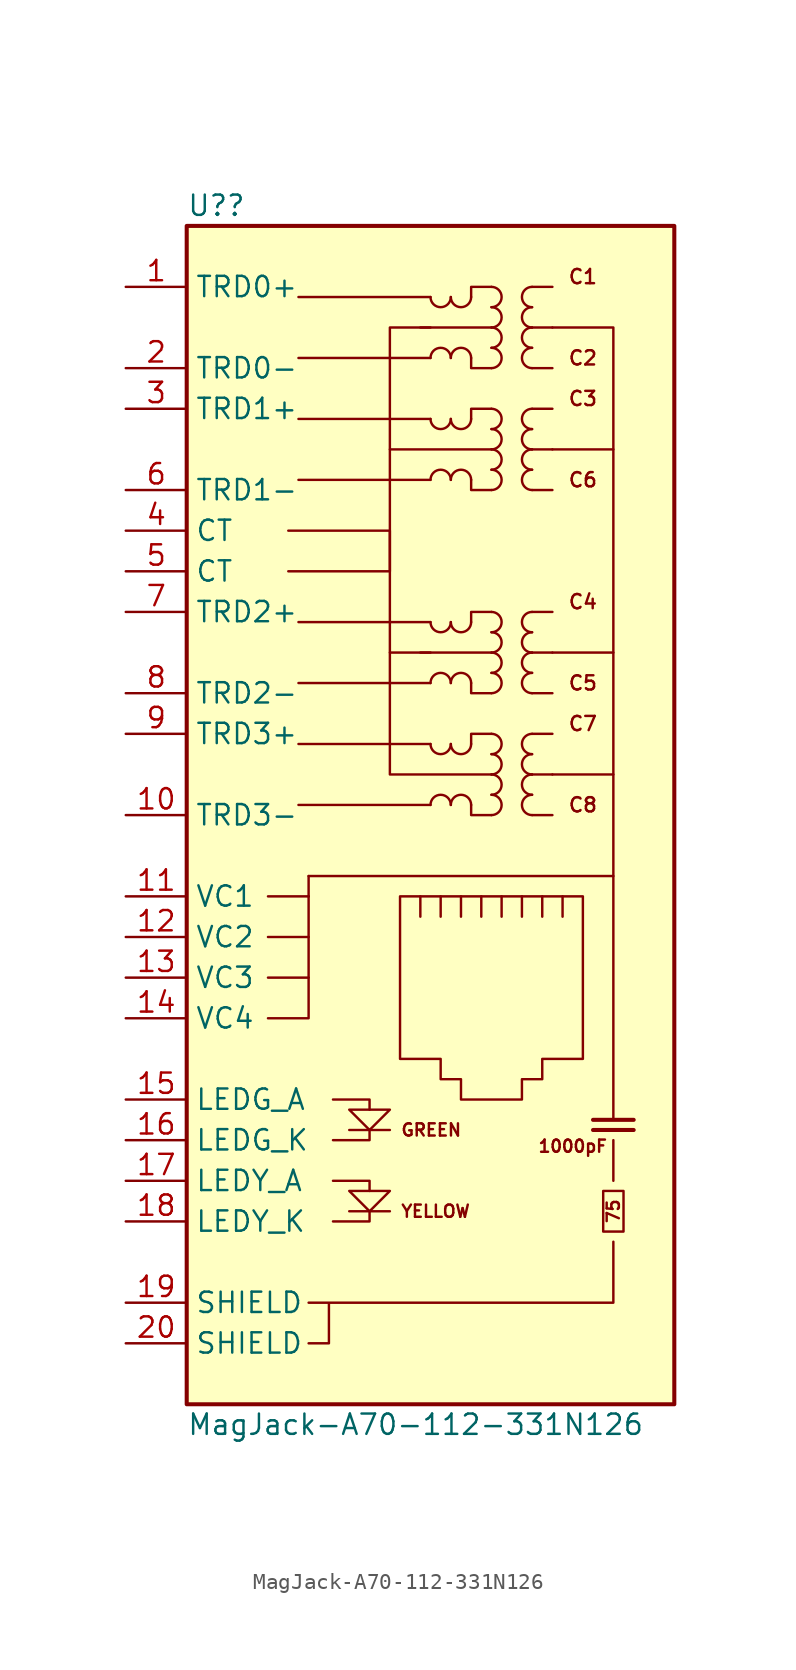
<source format=kicad_sym>
(kicad_symbol_lib
  (version 20211014)
  (generator kicad_symbol_editor)
  (symbol "MagJack-A70-112-331N126"
    (property "Reference" "U?"
      (at -17.78 76.2 0)
      (effects (font (size 1.27 1.27)) (justify left)))
    (property "Value" "MagJack-A70-112-331N126"
      (at -17.78 0 0)
      (effects (font (size 1.27 1.27)) (justify left)))
    (symbol "MagJack-A70-112-331N126_0_1"
      (polyline (pts (xy 1.27 40.64) (xy -5.08 40.64) (xy -5.08 48.26) (xy -2.54 48.26) (xy -5.08 48.26)) (stroke (width 0) (type default) (color 0 0 0 0)) (fill (type none)))
      (polyline (pts (xy 1.27 60.96) (xy -5.08 60.96) (xy -5.08 68.58) (xy -2.54 68.58) (xy -5.08 68.58)) (stroke (width 0) (type default) (color 0 0 0 0)) (fill (type none))))
    (symbol "MagJack-A70-112-331N126_1_1"
      (rectangle (start -17.78 1.27) (end 12.7 74.93) (stroke (width 0.254) (type default) (color 0 0 0 0)) (fill (type background)))
      (arc (start -2.54 42.545) (mid -1.905 41.91) (end -1.27 42.545) (stroke (width 0) (type default) (color 0 0 0 0)) (fill (type none)))
      (arc (start -2.54 50.165) (mid -1.905 49.53) (end -1.27 50.165) (stroke (width 0) (type default) (color 0 0 0 0)) (fill (type none)))
      (arc (start -2.54 62.865) (mid -1.905 62.23) (end -1.27 62.865) (stroke (width 0) (type default) (color 0 0 0 0)) (fill (type none)))
      (arc (start -2.54 70.485) (mid -1.905 69.85) (end -1.27 70.485) (stroke (width 0) (type default) (color 0 0 0 0)) (fill (type none)))
      (arc (start -1.27 38.735) (mid -1.905 39.37) (end -2.54 38.735) (stroke (width 0) (type default) (color 0 0 0 0)) (fill (type none)))
      (arc (start -1.27 42.545) (mid -0.635 41.91) (end 0 42.545) (stroke (width 0) (type default) (color 0 0 0 0)) (fill (type none)))
      (arc (start -1.27 46.355) (mid -1.905 46.99) (end -2.54 46.355) (stroke (width 0) (type default) (color 0 0 0 0)) (fill (type none)))
      (arc (start -1.27 50.165) (mid -0.635 49.53) (end 0 50.165) (stroke (width 0) (type default) (color 0 0 0 0)) (fill (type none)))
      (arc (start -1.27 59.055) (mid -1.905 59.69) (end -2.54 59.055) (stroke (width 0) (type default) (color 0 0 0 0)) (fill (type none)))
      (arc (start -1.27 62.865) (mid -0.635 62.23) (end 0 62.865) (stroke (width 0) (type default) (color 0 0 0 0)) (fill (type none)))
      (arc (start -1.27 66.675) (mid -1.905 67.31) (end -2.54 66.675) (stroke (width 0) (type default) (color 0 0 0 0)) (fill (type none)))
      (arc (start -1.27 70.485) (mid -0.635 69.85) (end 0 70.485) (stroke (width 0) (type default) (color 0 0 0 0)) (fill (type none)))
      (polyline (pts (xy -12.7 27.94) (xy -10.16 27.94)) (stroke (width 0) (type default) (color 0 0 0 0)) (fill (type none)))
      (polyline (pts (xy -12.7 30.48) (xy -10.16 30.48)) (stroke (width 0) (type default) (color 0 0 0 0)) (fill (type none)))
      (polyline (pts (xy -12.7 33.02) (xy -10.16 33.02)) (stroke (width 0) (type default) (color 0 0 0 0)) (fill (type none)))
      (polyline (pts (xy -10.16 33.02) (xy -10.16 34.29)) (stroke (width 0) (type default) (color 0 0 0 0)) (fill (type none)))
      (polyline (pts (xy -5.08 13.335) (xy -7.62 13.335)) (stroke (width 0) (type default) (color 0 0 0 0)) (fill (type none)))
      (polyline (pts (xy -5.08 18.415) (xy -7.62 18.415)) (stroke (width 0) (type default) (color 0 0 0 0)) (fill (type none)))
      (polyline (pts (xy -5.08 48.26) (xy -5.08 60.96)) (stroke (width 0) (type default) (color 0 0 0 0)) (fill (type none)))
      (polyline (pts (xy -3.175 31.75) (xy -3.175 33.02)) (stroke (width 0) (type default) (color 0 0 0 0)) (fill (type none)))
      (polyline (pts (xy -3.175 48.26) (xy 1.27 48.26)) (stroke (width 0) (type default) (color 0 0 0 0)) (fill (type none)))
      (polyline (pts (xy -3.175 68.58) (xy 1.27 68.58)) (stroke (width 0) (type default) (color 0 0 0 0)) (fill (type none)))
      (polyline (pts (xy -2.54 38.735) (xy -10.795 38.735)) (stroke (width 0) (type default) (color 0 0 0 0)) (fill (type none)))
      (polyline (pts (xy -2.54 42.545) (xy -10.795 42.545)) (stroke (width 0) (type default) (color 0 0 0 0)) (fill (type none)))
      (polyline (pts (xy -2.54 46.355) (xy -10.795 46.355)) (stroke (width 0) (type default) (color 0 0 0 0)) (fill (type none)))
      (polyline (pts (xy -2.54 50.165) (xy -10.795 50.165)) (stroke (width 0) (type default) (color 0 0 0 0)) (fill (type none)))
      (polyline (pts (xy -2.54 59.055) (xy -10.795 59.055)) (stroke (width 0) (type default) (color 0 0 0 0)) (fill (type none)))
      (polyline (pts (xy -2.54 62.865) (xy -10.795 62.865)) (stroke (width 0) (type default) (color 0 0 0 0)) (fill (type none)))
      (polyline (pts (xy -2.54 66.675) (xy -10.795 66.675)) (stroke (width 0) (type default) (color 0 0 0 0)) (fill (type none)))
      (polyline (pts (xy -2.54 70.485) (xy -10.795 70.485)) (stroke (width 0) (type default) (color 0 0 0 0)) (fill (type none)))
      (polyline (pts (xy -1.905 33.02) (xy -1.905 31.75)) (stroke (width 0) (type default) (color 0 0 0 0)) (fill (type none)))
      (polyline (pts (xy -0.635 33.02) (xy -0.635 31.75)) (stroke (width 0) (type default) (color 0 0 0 0)) (fill (type none)))
      (polyline (pts (xy 0.635 33.02) (xy 0.635 31.75)) (stroke (width 0) (type default) (color 0 0 0 0)) (fill (type none)))
      (polyline (pts (xy 1.905 33.02) (xy 1.905 31.75)) (stroke (width 0) (type default) (color 0 0 0 0)) (fill (type none)))
      (polyline (pts (xy 3.175 33.02) (xy 3.175 31.75)) (stroke (width 0) (type default) (color 0 0 0 0)) (fill (type none)))
      (polyline (pts (xy 3.81 38.1) (xy 5.08 38.1)) (stroke (width 0) (type default) (color 0 0 0 0)) (fill (type none)))
      (polyline (pts (xy 3.81 40.64) (xy 5.08 40.64)) (stroke (width 0) (type default) (color 0 0 0 0)) (fill (type none)))
      (polyline (pts (xy 3.81 43.18) (xy 5.08 43.18)) (stroke (width 0) (type default) (color 0 0 0 0)) (fill (type none)))
      (polyline (pts (xy 3.81 45.72) (xy 5.08 45.72)) (stroke (width 0) (type default) (color 0 0 0 0)) (fill (type none)))
      (polyline (pts (xy 3.81 48.26) (xy 5.08 48.26)) (stroke (width 0) (type default) (color 0 0 0 0)) (fill (type none)))
      (polyline (pts (xy 3.81 50.8) (xy 5.08 50.8)) (stroke (width 0) (type default) (color 0 0 0 0)) (fill (type none)))
      (polyline (pts (xy 3.81 58.42) (xy 5.08 58.42)) (stroke (width 0) (type default) (color 0 0 0 0)) (fill (type none)))
      (polyline (pts (xy 3.81 60.96) (xy 5.08 60.96)) (stroke (width 0) (type default) (color 0 0 0 0)) (fill (type none)))
      (polyline (pts (xy 3.81 63.5) (xy 5.08 63.5)) (stroke (width 0) (type default) (color 0 0 0 0)) (fill (type none)))
      (polyline (pts (xy 3.81 66.04) (xy 5.08 66.04)) (stroke (width 0) (type default) (color 0 0 0 0)) (fill (type none)))
      (polyline (pts (xy 3.81 68.58) (xy 5.08 68.58)) (stroke (width 0) (type default) (color 0 0 0 0)) (fill (type none)))
      (polyline (pts (xy 3.81 71.12) (xy 5.08 71.12)) (stroke (width 0) (type default) (color 0 0 0 0)) (fill (type none)))
      (polyline (pts (xy 4.445 31.75) (xy 4.445 33.02)) (stroke (width 0) (type default) (color 0 0 0 0)) (fill (type none)))
      (polyline (pts (xy 5.08 40.64) (xy 8.89 40.64)) (stroke (width 0) (type default) (color 0 0 0 0)) (fill (type none)))
      (polyline (pts (xy 5.08 48.26) (xy 8.89 48.26)) (stroke (width 0) (type default) (color 0 0 0 0)) (fill (type none)))
      (polyline (pts (xy 5.08 60.96) (xy 8.89 60.96)) (stroke (width 0) (type default) (color 0 0 0 0)) (fill (type none)))
      (polyline (pts (xy 5.715 31.75) (xy 5.715 33.02)) (stroke (width 0) (type default) (color 0 0 0 0)) (fill (type none)))
      (polyline (pts (xy 7.62 18.415) (xy 10.16 18.415)) (stroke (width 0.254) (type default) (color 0 0 0 0)) (fill (type none)))
      (polyline (pts (xy 7.62 19.05) (xy 10.16 19.05)) (stroke (width 0.254) (type default) (color 0 0 0 0)) (fill (type none)))
      (polyline (pts (xy 8.89 15.24) (xy 8.89 17.78)) (stroke (width 0) (type default) (color 0 0 0 0)) (fill (type none)))
      (polyline (pts (xy 8.89 19.05) (xy 8.89 34.29)) (stroke (width 0) (type default) (color 0 0 0 0)) (fill (type none)))
      (polyline (pts (xy -10.16 33.02) (xy -10.16 25.4) (xy -12.7 25.4)) (stroke (width 0) (type default) (color 0 0 0 0)) (fill (type none)))
      (polyline (pts (xy -8.636 12.7) (xy -6.35 12.7) (xy -6.35 13.335)) (stroke (width 0) (type default) (color 0 0 0 0)) (fill (type none)))
      (polyline (pts (xy -8.636 15.24) (xy -6.35 15.24) (xy -6.35 14.605)) (stroke (width 0) (type default) (color 0 0 0 0)) (fill (type none)))
      (polyline (pts (xy -8.636 20.32) (xy -6.35 20.32) (xy -6.35 19.685)) (stroke (width 0) (type default) (color 0 0 0 0)) (fill (type none)))
      (polyline (pts (xy -6.35 18.415) (xy -6.35 17.78) (xy -8.636 17.78)) (stroke (width 0) (type default) (color 0 0 0 0)) (fill (type none)))
      (polyline (pts (xy 0 38.735) (xy 0 38.1) (xy 1.27 38.1)) (stroke (width 0) (type default) (color 0 0 0 0)) (fill (type none)))
      (polyline (pts (xy 0 46.355) (xy 0 45.72) (xy 1.27 45.72)) (stroke (width 0) (type default) (color 0 0 0 0)) (fill (type none)))
      (polyline (pts (xy 0 59.055) (xy 0 58.42) (xy 1.27 58.42)) (stroke (width 0) (type default) (color 0 0 0 0)) (fill (type none)))
      (polyline (pts (xy 0 66.675) (xy 0 66.04) (xy 1.27 66.04)) (stroke (width 0) (type default) (color 0 0 0 0)) (fill (type none)))
      (polyline (pts (xy 1.27 43.18) (xy 0 43.18) (xy 0 42.545)) (stroke (width 0) (type default) (color 0 0 0 0)) (fill (type none)))
      (polyline (pts (xy 1.27 50.8) (xy 0 50.8) (xy 0 50.165)) (stroke (width 0) (type default) (color 0 0 0 0)) (fill (type none)))
      (polyline (pts (xy 1.27 63.5) (xy 0 63.5) (xy 0 62.865)) (stroke (width 0) (type default) (color 0 0 0 0)) (fill (type none)))
      (polyline (pts (xy 1.27 71.12) (xy 0 71.12) (xy 0 70.485)) (stroke (width 0) (type default) (color 0 0 0 0)) (fill (type none)))
      (polyline (pts (xy -11.43 53.34) (xy -5.08 53.34) (xy -5.08 55.88) (xy -11.43 55.88)) (stroke (width 0) (type default) (color 0 0 0 0)) (fill (type none)))
      (polyline (pts (xy -10.16 34.29) (xy 8.89 34.29) (xy 8.89 68.58) (xy 5.08 68.58)) (stroke (width 0) (type default) (color 0 0 0 0)) (fill (type none)))
      (polyline (pts (xy -7.62 19.685) (xy -5.08 19.685) (xy -6.35 18.415) (xy -7.62 19.685)) (stroke (width 0) (type default) (color 0 0 0 0)) (fill (type none)))
      (polyline (pts (xy -5.08 14.605) (xy -7.62 14.605) (xy -6.35 13.335) (xy -5.08 14.605)) (stroke (width 0) (type default) (color 0 0 0 0)) (fill (type none)))
      (polyline (pts (xy -10.16 5.08) (xy -8.89 5.08) (xy -8.89 7.62) (xy -10.16 7.62) (xy -8.89 7.62) (xy 8.89 7.62) (xy 8.89 11.43)) (stroke (width 0) (type default) (color 0 0 0 0)) (fill (type none)))
      (polyline (pts (xy -4.445 33.02) (xy 6.985 33.02) (xy 6.985 22.86) (xy 4.445 22.86) (xy 4.445 21.59) (xy 3.175 21.59) (xy 3.175 20.32) (xy -0.635 20.32) (xy -0.635 21.59) (xy -1.905 21.59) (xy -1.905 22.86) (xy -4.445 22.86) (xy -4.445 33.02)) (stroke (width 0) (type default) (color 0 0 0 0)) (fill (type none)))
      (arc (start 0 38.735) (mid -0.635 39.37) (end -1.27 38.735) (stroke (width 0) (type default) (color 0 0 0 0)) (fill (type none)))
      (arc (start 0 46.355) (mid -0.635 46.99) (end -1.27 46.355) (stroke (width 0) (type default) (color 0 0 0 0)) (fill (type none)))
      (arc (start 0 59.055) (mid -0.635 59.69) (end -1.27 59.055) (stroke (width 0) (type default) (color 0 0 0 0)) (fill (type none)))
      (arc (start 0 66.675) (mid -0.635 67.31) (end -1.27 66.675) (stroke (width 0) (type default) (color 0 0 0 0)) (fill (type none)))
      (arc (start 1.27 38.1) (mid 1.905 38.735) (end 1.27 39.37) (stroke (width 0) (type default) (color 0 0 0 0)) (fill (type none)))
      (arc (start 1.27 39.37) (mid 1.905 40.005) (end 1.27 40.64) (stroke (width 0) (type default) (color 0 0 0 0)) (fill (type none)))
      (arc (start 1.27 40.64) (mid 1.905 41.275) (end 1.27 41.91) (stroke (width 0) (type default) (color 0 0 0 0)) (fill (type none)))
      (arc (start 1.27 41.91) (mid 1.905 42.545) (end 1.27 43.18) (stroke (width 0) (type default) (color 0 0 0 0)) (fill (type none)))
      (arc (start 1.27 45.72) (mid 1.905 46.355) (end 1.27 46.99) (stroke (width 0) (type default) (color 0 0 0 0)) (fill (type none)))
      (arc (start 1.27 46.99) (mid 1.905 47.625) (end 1.27 48.26) (stroke (width 0) (type default) (color 0 0 0 0)) (fill (type none)))
      (arc (start 1.27 48.26) (mid 1.905 48.895) (end 1.27 49.53) (stroke (width 0) (type default) (color 0 0 0 0)) (fill (type none)))
      (arc (start 1.27 49.53) (mid 1.905 50.165) (end 1.27 50.8) (stroke (width 0) (type default) (color 0 0 0 0)) (fill (type none)))
      (arc (start 1.27 58.42) (mid 1.905 59.055) (end 1.27 59.69) (stroke (width 0) (type default) (color 0 0 0 0)) (fill (type none)))
      (arc (start 1.27 59.69) (mid 1.905 60.325) (end 1.27 60.96) (stroke (width 0) (type default) (color 0 0 0 0)) (fill (type none)))
      (arc (start 1.27 60.96) (mid 1.905 61.595) (end 1.27 62.23) (stroke (width 0) (type default) (color 0 0 0 0)) (fill (type none)))
      (arc (start 1.27 62.23) (mid 1.905 62.865) (end 1.27 63.5) (stroke (width 0) (type default) (color 0 0 0 0)) (fill (type none)))
      (arc (start 1.27 66.04) (mid 1.905 66.675) (end 1.27 67.31) (stroke (width 0) (type default) (color 0 0 0 0)) (fill (type none)))
      (arc (start 1.27 67.31) (mid 1.905 67.945) (end 1.27 68.58) (stroke (width 0) (type default) (color 0 0 0 0)) (fill (type none)))
      (arc (start 1.27 68.58) (mid 1.905 69.215) (end 1.27 69.85) (stroke (width 0) (type default) (color 0 0 0 0)) (fill (type none)))
      (arc (start 1.27 69.85) (mid 1.905 70.485) (end 1.27 71.12) (stroke (width 0) (type default) (color 0 0 0 0)) (fill (type none)))
      (arc (start 3.81 39.37) (mid 3.175 38.735) (end 3.81 38.1) (stroke (width 0) (type default) (color 0 0 0 0)) (fill (type none)))
      (arc (start 3.81 40.64) (mid 3.175 40.005) (end 3.81 39.37) (stroke (width 0) (type default) (color 0 0 0 0)) (fill (type none)))
      (arc (start 3.81 41.91) (mid 3.175 41.275) (end 3.81 40.64) (stroke (width 0) (type default) (color 0 0 0 0)) (fill (type none)))
      (arc (start 3.81 43.18) (mid 3.175 42.545) (end 3.81 41.91) (stroke (width 0) (type default) (color 0 0 0 0)) (fill (type none)))
      (arc (start 3.81 46.99) (mid 3.175 46.355) (end 3.81 45.72) (stroke (width 0) (type default) (color 0 0 0 0)) (fill (type none)))
      (arc (start 3.81 48.26) (mid 3.175 47.625) (end 3.81 46.99) (stroke (width 0) (type default) (color 0 0 0 0)) (fill (type none)))
      (arc (start 3.81 49.53) (mid 3.175 48.895) (end 3.81 48.26) (stroke (width 0) (type default) (color 0 0 0 0)) (fill (type none)))
      (arc (start 3.81 50.8) (mid 3.175 50.165) (end 3.81 49.53) (stroke (width 0) (type default) (color 0 0 0 0)) (fill (type none)))
      (arc (start 3.81 59.69) (mid 3.175 59.055) (end 3.81 58.42) (stroke (width 0) (type default) (color 0 0 0 0)) (fill (type none)))
      (arc (start 3.81 60.96) (mid 3.175 60.325) (end 3.81 59.69) (stroke (width 0) (type default) (color 0 0 0 0)) (fill (type none)))
      (arc (start 3.81 62.23) (mid 3.175 61.595) (end 3.81 60.96) (stroke (width 0) (type default) (color 0 0 0 0)) (fill (type none)))
      (arc (start 3.81 63.5) (mid 3.175 62.865) (end 3.81 62.23) (stroke (width 0) (type default) (color 0 0 0 0)) (fill (type none)))
      (arc (start 3.81 67.31) (mid 3.175 66.675) (end 3.81 66.04) (stroke (width 0) (type default) (color 0 0 0 0)) (fill (type none)))
      (arc (start 3.81 68.58) (mid 3.175 67.945) (end 3.81 67.31) (stroke (width 0) (type default) (color 0 0 0 0)) (fill (type none)))
      (arc (start 3.81 69.85) (mid 3.175 69.215) (end 3.81 68.58) (stroke (width 0) (type default) (color 0 0 0 0)) (fill (type none)))
      (arc (start 3.81 71.12) (mid 3.175 70.485) (end 3.81 69.85) (stroke (width 0) (type default) (color 0 0 0 0)) (fill (type none)))
      (rectangle (start 9.525 12.065) (end 8.255 14.605) (stroke (width 0) (type default) (color 0 0 0 0)) (fill (type none)))
      (text "1000pF" (at 6.35 17.399 0) (effects (font (size 0.762 0.762))))
      (text "75" (at 8.89 13.335 900) (effects (font (size 0.762 0.762))))
      (text "C1" (at 6.985 71.755 0) (effects (font (size 0.889 0.889))))
      (text "C2" (at 6.985 66.675 0) (effects (font (size 0.889 0.889))))
      (text "C3" (at 6.985 64.135 0) (effects (font (size 0.889 0.889))))
      (text "C4" (at 6.985 51.435 0) (effects (font (size 0.889 0.889))))
      (text "C5" (at 6.985 46.355 0) (effects (font (size 0.889 0.889))))
      (text "C6" (at 6.985 59.055 0) (effects (font (size 0.889 0.889))))
      (text "C7" (at 6.985 43.815 0) (effects (font (size 0.889 0.889))))
      (text "C8" (at 6.985 38.735 0) (effects (font (size 0.889 0.889))))
      (text "GREEN" (at -4.445 18.415 0) (effects (font (size 0.762 0.762)) (justify left)))
      (text "YELLOW" (at -4.445 13.335 0) (effects (font (size 0.762 0.762)) (justify left)))
      (pin passive line (at -21.59 71.12 0) (length 3.81) (name "TRD0+" (effects (font (size 1.27 1.27)))) (number "1" (effects (font (size 1.27 1.27)))))
      (pin passive line (at -21.59 38.1 0) (length 3.81) (name "TRD3-" (effects (font (size 1.27 1.27)))) (number "10" (effects (font (size 1.27 1.27)))))
      (pin passive line (at -21.59 33.02 0) (length 3.81) (name "VC1" (effects (font (size 1.27 1.27)))) (number "11" (effects (font (size 1.27 1.27)))))
      (pin passive line (at -21.59 30.48 0) (length 3.81) (name "VC2" (effects (font (size 1.27 1.27)))) (number "12" (effects (font (size 1.27 1.27)))))
      (pin passive line (at -21.59 27.94 0) (length 3.81) (name "VC3" (effects (font (size 1.27 1.27)))) (number "13" (effects (font (size 1.27 1.27)))))
      (pin passive line (at -21.59 25.4 0) (length 3.81) (name "VC4" (effects (font (size 1.27 1.27)))) (number "14" (effects (font (size 1.27 1.27)))))
      (pin passive line (at -21.59 20.32 0) (length 3.81) (name "LEDG_A" (effects (font (size 1.27 1.27)))) (number "15" (effects (font (size 1.27 1.27)))))
      (pin passive line (at -21.59 17.78 0) (length 3.81) (name "LEDG_K" (effects (font (size 1.27 1.27)))) (number "16" (effects (font (size 1.27 1.27)))))
      (pin passive line (at -21.59 15.24 0) (length 3.81) (name "LEDY_A" (effects (font (size 1.27 1.27)))) (number "17" (effects (font (size 1.27 1.27)))))
      (pin passive line (at -21.59 12.7 0) (length 3.81) (name "LEDY_K" (effects (font (size 1.27 1.27)))) (number "18" (effects (font (size 1.27 1.27)))))
      (pin passive line (at -21.59 7.62 0) (length 3.81) (name "SHIELD" (effects (font (size 1.27 1.27)))) (number "19" (effects (font (size 1.27 1.27)))))
      (pin passive line (at -21.59 66.04 0) (length 3.81) (name "TRD0-" (effects (font (size 1.27 1.27)))) (number "2" (effects (font (size 1.27 1.27)))))
      (pin passive line (at -21.59 5.08 0) (length 3.81) (name "SHIELD" (effects (font (size 1.27 1.27)))) (number "20" (effects (font (size 1.27 1.27)))))
      (pin passive line (at -21.59 63.5 0) (length 3.81) (name "TRD1+" (effects (font (size 1.27 1.27)))) (number "3" (effects (font (size 1.27 1.27)))))
      (pin passive line (at -21.59 55.88 0) (length 3.81) (name "CT" (effects (font (size 1.27 1.27)))) (number "4" (effects (font (size 1.27 1.27)))))
      (pin passive line (at -21.59 53.34 0) (length 3.81) (name "CT" (effects (font (size 1.27 1.27)))) (number "5" (effects (font (size 1.27 1.27)))))
      (pin passive line (at -21.59 58.42 0) (length 3.81) (name "TRD1-" (effects (font (size 1.27 1.27)))) (number "6" (effects (font (size 1.27 1.27)))))
      (pin passive line (at -21.59 50.8 0) (length 3.81) (name "TRD2+" (effects (font (size 1.27 1.27)))) (number "7" (effects (font (size 1.27 1.27)))))
      (pin passive line (at -21.59 45.72 0) (length 3.81) (name "TRD2-" (effects (font (size 1.27 1.27)))) (number "8" (effects (font (size 1.27 1.27)))))
      (pin passive line (at -21.59 43.18 0) (length 3.81) (name "TRD3+" (effects (font (size 1.27 1.27)))) (number "9" (effects (font (size 1.27 1.27))))))))
</source>
